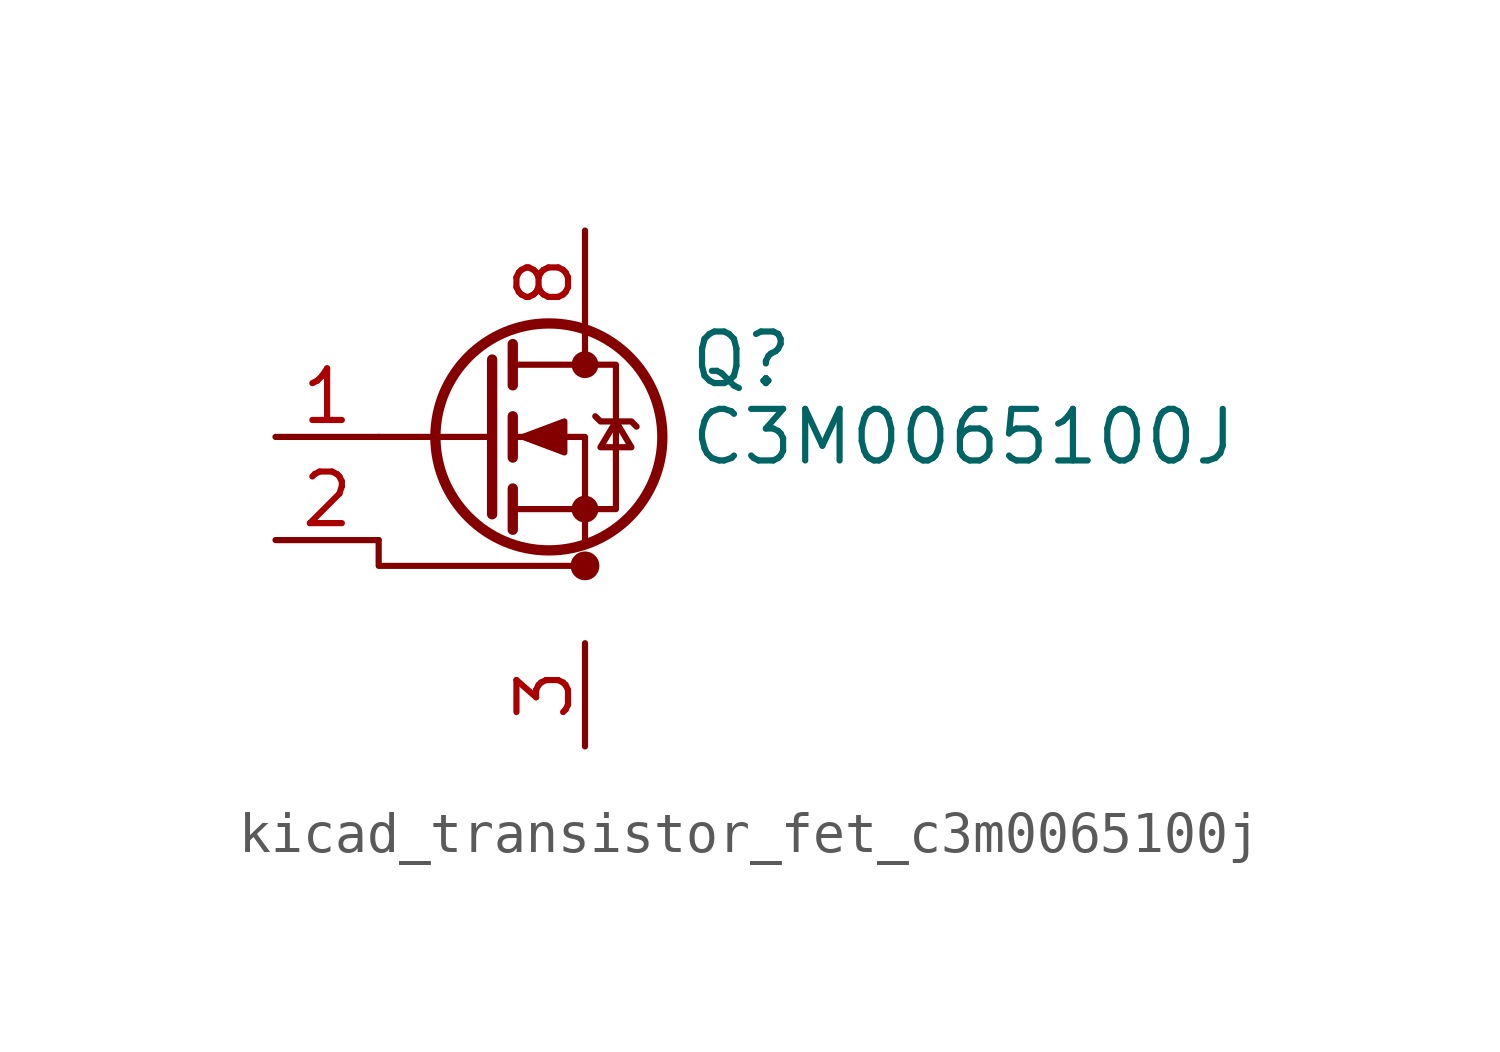
<source format=kicad_sym>
(kicad_symbol_lib
  (version 20220914)
  (generator kicad_symbol_editor)
  (symbol "kicad_transistor_fet_c3m0065100j"
    (pin_names hide)
    (property "Reference" "Q"
      (at 5.08 1.905 0)
      (effects (font (size 1.27 1.27)) (justify left)))
    (property "Value" "C3M0065100J"
      (at 5.08 0 0)
      (effects (font (size 1.27 1.27)) (justify left)))
    (symbol "kicad_transistor_fet_c3m0065100j_0_1"
      (polyline (pts (xy 0.254 0) (xy -2.54 0)) (stroke (width 0) (type default)) (fill (type none)))
      (polyline (pts (xy 0.254 1.905) (xy 0.254 -1.905)) (stroke (width 0.254) (type default)) (fill (type none)))
      (polyline (pts (xy 0.762 -1.27) (xy 0.762 -2.286)) (stroke (width 0.254) (type default)) (fill (type none)))
      (polyline (pts (xy 0.762 0.508) (xy 0.762 -0.508)) (stroke (width 0.254) (type default)) (fill (type none)))
      (polyline (pts (xy 0.762 2.286) (xy 0.762 1.27)) (stroke (width 0.254) (type default)) (fill (type none)))
      (polyline (pts (xy 2.54 2.54) (xy 2.54 1.778)) (stroke (width 0) (type default)) (fill (type none)))
      (polyline (pts (xy -2.54 -2.54) (xy -2.54 -3.175) (xy 2.54 -3.175)) (stroke (width 0) (type default)) (fill (type none)))
      (polyline (pts (xy 2.54 -2.54) (xy 2.54 0) (xy 0.762 0)) (stroke (width 0) (type default)) (fill (type none)))
      (polyline (pts (xy 0.762 -1.778) (xy 3.302 -1.778) (xy 3.302 1.778) (xy 0.762 1.778)) (stroke (width 0) (type default)) (fill (type none)))
      (polyline (pts (xy 1.016 0) (xy 2.032 0.381) (xy 2.032 -0.381) (xy 1.016 0)) (stroke (width 0) (type default)) (fill (type outline)))
      (polyline (pts (xy 2.794 0.508) (xy 2.921 0.381) (xy 3.683 0.381) (xy 3.81 0.254)) (stroke (width 0) (type default)) (fill (type none)))
      (polyline (pts (xy 3.302 0.381) (xy 2.921 -0.254) (xy 3.683 -0.254) (xy 3.302 0.381)) (stroke (width 0) (type default)) (fill (type none)))
      (circle (center 1.651 0) (radius 2.794) (stroke (width 0.254) (type default)) (fill (type none)))
      (circle (center 2.54 -3.175) (radius 0.279) (stroke (width 0) (type default)) (fill (type outline)))
      (circle (center 2.54 -1.778) (radius 0.254) (stroke (width 0) (type default)) (fill (type outline)))
      (circle (center 2.54 1.778) (radius 0.254) (stroke (width 0) (type default)) (fill (type outline))))
    (symbol "kicad_transistor_fet_c3m0065100j_1_1"
      (pin input line (at -5.08 0 0) (length 2.54) (name "G" (effects (font (size 1.27 1.27)))) (number "1" (effects (font (size 1.27 1.27)))))
      (pin passive line (at -5.08 -2.54 0) (length 2.54) (name "DS" (effects (font (size 1.27 1.27)))) (number "2" (effects (font (size 1.27 1.27)))))
      (pin passive line (at 2.54 -5.08 270) (length 2.54) (name "S" (effects (font (size 1.27 1.27)))) (number "3" (effects (font (size 1.27 1.27)))))
      (pin passive line (at 2.54 -5.08 270) (length 2.54) hide (name "S" (effects (font (size 1.27 1.27)))) (number "4" (effects (font (size 1.27 1.27)))))
      (pin passive line (at 2.54 -5.08 90) (length 2.54) hide (name "S" (effects (font (size 1.27 1.27)))) (number "5" (effects (font (size 1.27 1.27)))))
      (pin passive line (at 2.54 -5.08 90) (length 2.54) hide (name "S" (effects (font (size 1.27 1.27)))) (number "6" (effects (font (size 1.27 1.27)))))
      (pin passive line (at 2.54 -5.08 90) (length 2.54) hide (name "S" (effects (font (size 1.27 1.27)))) (number "7" (effects (font (size 1.27 1.27)))))
      (pin passive line (at 2.54 5.08 270) (length 2.54) (name "D" (effects (font (size 1.27 1.27)))) (number "8" (effects (font (size 1.27 1.27))))))))
</source>
